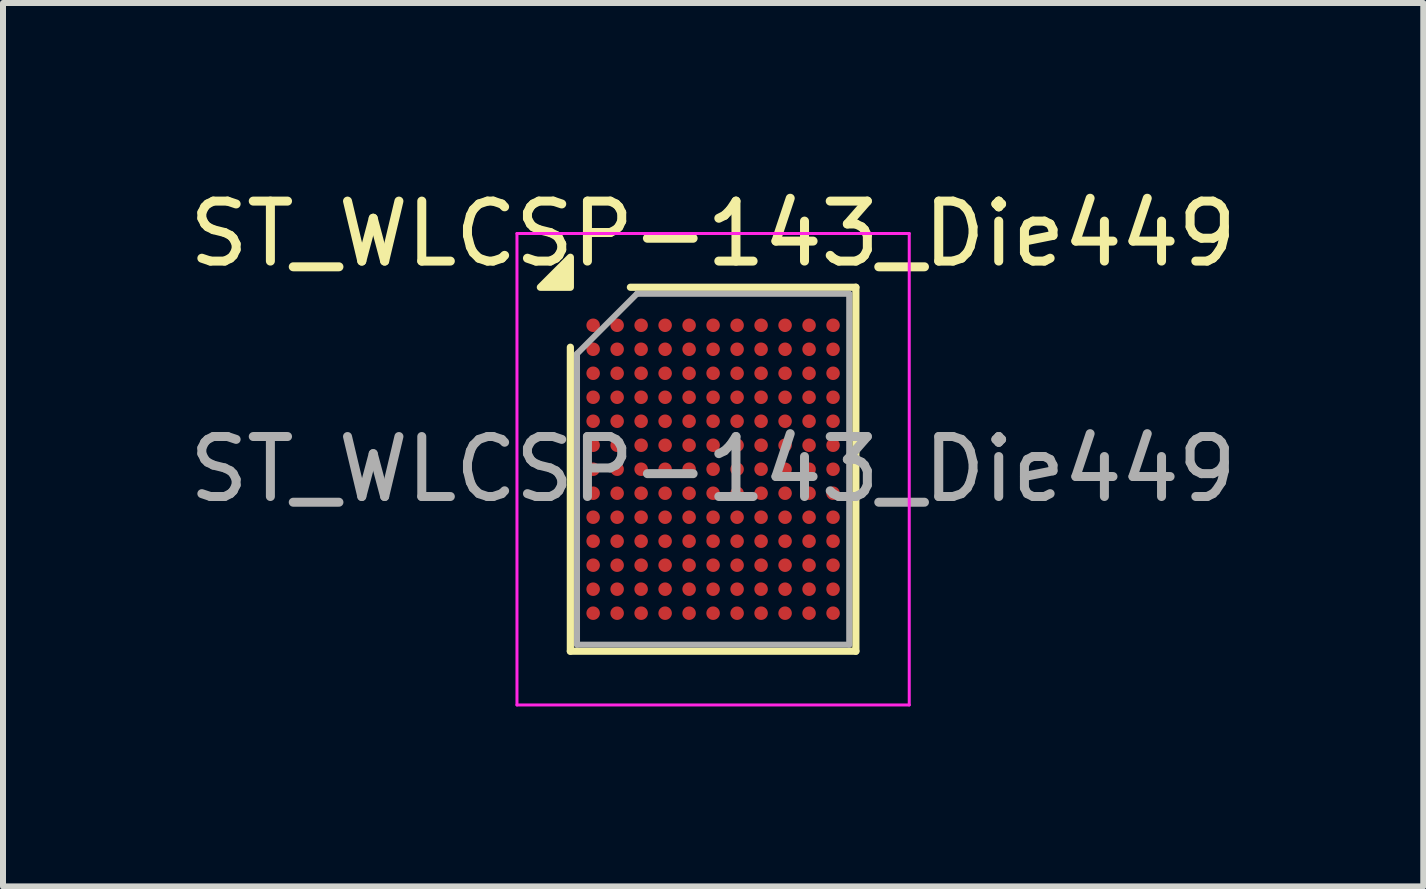
<source format=kicad_pcb>
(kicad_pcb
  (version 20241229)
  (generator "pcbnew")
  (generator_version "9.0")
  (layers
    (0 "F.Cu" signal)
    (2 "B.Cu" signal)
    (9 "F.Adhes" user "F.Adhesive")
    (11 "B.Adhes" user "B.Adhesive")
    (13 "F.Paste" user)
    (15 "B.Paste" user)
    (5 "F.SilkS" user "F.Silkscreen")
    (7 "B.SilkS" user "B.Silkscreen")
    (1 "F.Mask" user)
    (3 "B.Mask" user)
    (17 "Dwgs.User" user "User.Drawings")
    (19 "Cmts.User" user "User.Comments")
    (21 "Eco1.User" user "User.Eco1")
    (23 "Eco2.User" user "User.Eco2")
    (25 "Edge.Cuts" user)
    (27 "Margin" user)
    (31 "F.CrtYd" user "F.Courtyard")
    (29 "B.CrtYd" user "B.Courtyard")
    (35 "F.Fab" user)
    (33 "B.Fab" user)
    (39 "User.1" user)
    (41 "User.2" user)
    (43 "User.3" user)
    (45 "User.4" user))
  (footprint "ST_WLCSP-143_Die449"
    (layer "F.Cu")
    (at 8.839 4.773)
    (property "Reference" "ST_WLCSP-143_Die449" (at 0 -3.925 0) (layer "F.SilkS") (effects (font (size 1 1) (thickness 0.15))))
    (attr smd)
    (fp_line (start -2.38 3.034) (end -2.38 -2.034) (stroke (width 0.12) (type solid)) (layer "F.SilkS"))
    (fp_line (start -1.379 -3.034) (end 2.38 -3.034) (stroke (width 0.12) (type solid)) (layer "F.SilkS"))
    (fp_line (start 2.38 -3.034) (end 2.38 3.034) (stroke (width 0.12) (type solid)) (layer "F.SilkS"))
    (fp_line (start 2.38 3.034) (end -2.38 3.034) (stroke (width 0.12) (type solid)) (layer "F.SilkS"))
    (fp_poly (pts (xy -2.38 -3.034) (xy -2.88 -3.034) (xy -2.38 -3.534) (xy -2.38 -3.034)) (stroke (width 0.12) (type solid)) (fill yes) (layer "F.SilkS"))
    (fp_line (start -3.27 -3.93) (end -3.27 3.93) (stroke (width 0.05) (type solid)) (layer "F.CrtYd"))
    (fp_line (start -3.27 3.93) (end 3.27 3.93) (stroke (width 0.05) (type solid)) (layer "F.CrtYd"))
    (fp_line (start 3.27 -3.93) (end -3.27 -3.93) (stroke (width 0.05) (type solid)) (layer "F.CrtYd"))
    (fp_line (start 3.27 3.93) (end 3.27 -3.93) (stroke (width 0.05) (type solid)) (layer "F.CrtYd"))
    (fp_line (start -2.269 -1.925) (end -1.27 -2.925) (stroke (width 0.1) (type solid)) (layer "F.Fab"))
    (fp_line (start -2.269 2.925) (end -2.269 -1.925) (stroke (width 0.1) (type solid)) (layer "F.Fab"))
    (fp_line (start -1.27 -2.925) (end 2.269 -2.925) (stroke (width 0.1) (type solid)) (layer "F.Fab"))
    (fp_line (start 2.269 -2.925) (end 2.269 2.925) (stroke (width 0.1) (type solid)) (layer "F.Fab"))
    (fp_line (start 2.269 2.925) (end -2.269 2.925) (stroke (width 0.1) (type solid)) (layer "F.Fab"))
    (fp_text user "${REFERENCE}" (at 0 0 0) (layer "F.Fab") (effects (font (size 1 1) (thickness 0.15))))
    (pad "A1" smd circle (at -2 -2.4) (size 0.225 0.225) (property pad_prop_bga) (layers "F.Cu" "F.Mask" "F.Paste"))
    (pad "A2" smd circle (at -1.6 -2.4) (size 0.225 0.225) (property pad_prop_bga) (layers "F.Cu" "F.Mask" "F.Paste"))
    (pad "A3" smd circle (at -1.2 -2.4) (size 0.225 0.225) (property pad_prop_bga) (layers "F.Cu" "F.Mask" "F.Paste"))
    (pad "A4" smd circle (at -0.8 -2.4) (size 0.225 0.225) (property pad_prop_bga) (layers "F.Cu" "F.Mask" "F.Paste"))
    (pad "A5" smd circle (at -0.4 -2.4) (size 0.225 0.225) (property pad_prop_bga) (layers "F.Cu" "F.Mask" "F.Paste"))
    (pad "A6" smd circle (at 0 -2.4) (size 0.225 0.225) (property pad_prop_bga) (layers "F.Cu" "F.Mask" "F.Paste"))
    (pad "A7" smd circle (at 0.4 -2.4) (size 0.225 0.225) (property pad_prop_bga) (layers "F.Cu" "F.Mask" "F.Paste"))
    (pad "A8" smd circle (at 0.8 -2.4) (size 0.225 0.225) (property pad_prop_bga) (layers "F.Cu" "F.Mask" "F.Paste"))
    (pad "A9" smd circle (at 1.2 -2.4) (size 0.225 0.225) (property pad_prop_bga) (layers "F.Cu" "F.Mask" "F.Paste"))
    (pad "A10" smd circle (at 1.6 -2.4) (size 0.225 0.225) (property pad_prop_bga) (layers "F.Cu" "F.Mask" "F.Paste"))
    (pad "A11" smd circle (at 2 -2.4) (size 0.225 0.225) (property pad_prop_bga) (layers "F.Cu" "F.Mask" "F.Paste"))
    (pad "B1" smd circle (at -2 -2) (size 0.225 0.225) (property pad_prop_bga) (layers "F.Cu" "F.Mask" "F.Paste"))
    (pad "B2" smd circle (at -1.6 -2) (size 0.225 0.225) (property pad_prop_bga) (layers "F.Cu" "F.Mask" "F.Paste"))
    (pad "B3" smd circle (at -1.2 -2) (size 0.225 0.225) (property pad_prop_bga) (layers "F.Cu" "F.Mask" "F.Paste"))
    (pad "B4" smd circle (at -0.8 -2) (size 0.225 0.225) (property pad_prop_bga) (layers "F.Cu" "F.Mask" "F.Paste"))
    (pad "B5" smd circle (at -0.4 -2) (size 0.225 0.225) (property pad_prop_bga) (layers "F.Cu" "F.Mask" "F.Paste"))
    (pad "B6" smd circle (at 0 -2) (size 0.225 0.225) (property pad_prop_bga) (layers "F.Cu" "F.Mask" "F.Paste"))
    (pad "B7" smd circle (at 0.4 -2) (size 0.225 0.225) (property pad_prop_bga) (layers "F.Cu" "F.Mask" "F.Paste"))
    (pad "B8" smd circle (at 0.8 -2) (size 0.225 0.225) (property pad_prop_bga) (layers "F.Cu" "F.Mask" "F.Paste"))
    (pad "B9" smd circle (at 1.2 -2) (size 0.225 0.225) (property pad_prop_bga) (layers "F.Cu" "F.Mask" "F.Paste"))
    (pad "B10" smd circle (at 1.6 -2) (size 0.225 0.225) (property pad_prop_bga) (layers "F.Cu" "F.Mask" "F.Paste"))
    (pad "B11" smd circle (at 2 -2) (size 0.225 0.225) (property pad_prop_bga) (layers "F.Cu" "F.Mask" "F.Paste"))
    (pad "C1" smd circle (at -2 -1.6) (size 0.225 0.225) (property pad_prop_bga) (layers "F.Cu" "F.Mask" "F.Paste"))
    (pad "C2" smd circle (at -1.6 -1.6) (size 0.225 0.225) (property pad_prop_bga) (layers "F.Cu" "F.Mask" "F.Paste"))
    (pad "C3" smd circle (at -1.2 -1.6) (size 0.225 0.225) (property pad_prop_bga) (layers "F.Cu" "F.Mask" "F.Paste"))
    (pad "C4" smd circle (at -0.8 -1.6) (size 0.225 0.225) (property pad_prop_bga) (layers "F.Cu" "F.Mask" "F.Paste"))
    (pad "C5" smd circle (at -0.4 -1.6) (size 0.225 0.225) (property pad_prop_bga) (layers "F.Cu" "F.Mask" "F.Paste"))
    (pad "C6" smd circle (at 0 -1.6) (size 0.225 0.225) (property pad_prop_bga) (layers "F.Cu" "F.Mask" "F.Paste"))
    (pad "C7" smd circle (at 0.4 -1.6) (size 0.225 0.225) (property pad_prop_bga) (layers "F.Cu" "F.Mask" "F.Paste"))
    (pad "C8" smd circle (at 0.8 -1.6) (size 0.225 0.225) (property pad_prop_bga) (layers "F.Cu" "F.Mask" "F.Paste"))
    (pad "C9" smd circle (at 1.2 -1.6) (size 0.225 0.225) (property pad_prop_bga) (layers "F.Cu" "F.Mask" "F.Paste"))
    (pad "C10" smd circle (at 1.6 -1.6) (size 0.225 0.225) (property pad_prop_bga) (layers "F.Cu" "F.Mask" "F.Paste"))
    (pad "C11" smd circle (at 2 -1.6) (size 0.225 0.225) (property pad_prop_bga) (layers "F.Cu" "F.Mask" "F.Paste"))
    (pad "D1" smd circle (at -2 -1.2) (size 0.225 0.225) (property pad_prop_bga) (layers "F.Cu" "F.Mask" "F.Paste"))
    (pad "D2" smd circle (at -1.6 -1.2) (size 0.225 0.225) (property pad_prop_bga) (layers "F.Cu" "F.Mask" "F.Paste"))
    (pad "D3" smd circle (at -1.2 -1.2) (size 0.225 0.225) (property pad_prop_bga) (layers "F.Cu" "F.Mask" "F.Paste"))
    (pad "D4" smd circle (at -0.8 -1.2) (size 0.225 0.225) (property pad_prop_bga) (layers "F.Cu" "F.Mask" "F.Paste"))
    (pad "D5" smd circle (at -0.4 -1.2) (size 0.225 0.225) (property pad_prop_bga) (layers "F.Cu" "F.Mask" "F.Paste"))
    (pad "D6" smd circle (at 0 -1.2) (size 0.225 0.225) (property pad_prop_bga) (layers "F.Cu" "F.Mask" "F.Paste"))
    (pad "D7" smd circle (at 0.4 -1.2) (size 0.225 0.225) (property pad_prop_bga) (layers "F.Cu" "F.Mask" "F.Paste"))
    (pad "D8" smd circle (at 0.8 -1.2) (size 0.225 0.225) (property pad_prop_bga) (layers "F.Cu" "F.Mask" "F.Paste"))
    (pad "D9" smd circle (at 1.2 -1.2) (size 0.225 0.225) (property pad_prop_bga) (layers "F.Cu" "F.Mask" "F.Paste"))
    (pad "D10" smd circle (at 1.6 -1.2) (size 0.225 0.225) (property pad_prop_bga) (layers "F.Cu" "F.Mask" "F.Paste"))
    (pad "D11" smd circle (at 2 -1.2) (size 0.225 0.225) (property pad_prop_bga) (layers "F.Cu" "F.Mask" "F.Paste"))
    (pad "E1" smd circle (at -2 -0.8) (size 0.225 0.225) (property pad_prop_bga) (layers "F.Cu" "F.Mask" "F.Paste"))
    (pad "E2" smd circle (at -1.6 -0.8) (size 0.225 0.225) (property pad_prop_bga) (layers "F.Cu" "F.Mask" "F.Paste"))
    (pad "E3" smd circle (at -1.2 -0.8) (size 0.225 0.225) (property pad_prop_bga) (layers "F.Cu" "F.Mask" "F.Paste"))
    (pad "E4" smd circle (at -0.8 -0.8) (size 0.225 0.225) (property pad_prop_bga) (layers "F.Cu" "F.Mask" "F.Paste"))
    (pad "E5" smd circle (at -0.4 -0.8) (size 0.225 0.225) (property pad_prop_bga) (layers "F.Cu" "F.Mask" "F.Paste"))
    (pad "E6" smd circle (at 0 -0.8) (size 0.225 0.225) (property pad_prop_bga) (layers "F.Cu" "F.Mask" "F.Paste"))
    (pad "E7" smd circle (at 0.4 -0.8) (size 0.225 0.225) (property pad_prop_bga) (layers "F.Cu" "F.Mask" "F.Paste"))
    (pad "E8" smd circle (at 0.8 -0.8) (size 0.225 0.225) (property pad_prop_bga) (layers "F.Cu" "F.Mask" "F.Paste"))
    (pad "E9" smd circle (at 1.2 -0.8) (size 0.225 0.225) (property pad_prop_bga) (layers "F.Cu" "F.Mask" "F.Paste"))
    (pad "E10" smd circle (at 1.6 -0.8) (size 0.225 0.225) (property pad_prop_bga) (layers "F.Cu" "F.Mask" "F.Paste"))
    (pad "E11" smd circle (at 2 -0.8) (size 0.225 0.225) (property pad_prop_bga) (layers "F.Cu" "F.Mask" "F.Paste"))
    (pad "F1" smd circle (at -2 -0.4) (size 0.225 0.225) (property pad_prop_bga) (layers "F.Cu" "F.Mask" "F.Paste"))
    (pad "F2" smd circle (at -1.6 -0.4) (size 0.225 0.225) (property pad_prop_bga) (layers "F.Cu" "F.Mask" "F.Paste"))
    (pad "F3" smd circle (at -1.2 -0.4) (size 0.225 0.225) (property pad_prop_bga) (layers "F.Cu" "F.Mask" "F.Paste"))
    (pad "F4" smd circle (at -0.8 -0.4) (size 0.225 0.225) (property pad_prop_bga) (layers "F.Cu" "F.Mask" "F.Paste"))
    (pad "F5" smd circle (at -0.4 -0.4) (size 0.225 0.225) (property pad_prop_bga) (layers "F.Cu" "F.Mask" "F.Paste"))
    (pad "F6" smd circle (at 0 -0.4) (size 0.225 0.225) (property pad_prop_bga) (layers "F.Cu" "F.Mask" "F.Paste"))
    (pad "F7" smd circle (at 0.4 -0.4) (size 0.225 0.225) (property pad_prop_bga) (layers "F.Cu" "F.Mask" "F.Paste"))
    (pad "F8" smd circle (at 0.8 -0.4) (size 0.225 0.225) (property pad_prop_bga) (layers "F.Cu" "F.Mask" "F.Paste"))
    (pad "F9" smd circle (at 1.2 -0.4) (size 0.225 0.225) (property pad_prop_bga) (layers "F.Cu" "F.Mask" "F.Paste"))
    (pad "F10" smd circle (at 1.6 -0.4) (size 0.225 0.225) (property pad_prop_bga) (layers "F.Cu" "F.Mask" "F.Paste"))
    (pad "F11" smd circle (at 2 -0.4) (size 0.225 0.225) (property pad_prop_bga) (layers "F.Cu" "F.Mask" "F.Paste"))
    (pad "G1" smd circle (at -2 0) (size 0.225 0.225) (property pad_prop_bga) (layers "F.Cu" "F.Mask" "F.Paste"))
    (pad "G2" smd circle (at -1.6 0) (size 0.225 0.225) (property pad_prop_bga) (layers "F.Cu" "F.Mask" "F.Paste"))
    (pad "G3" smd circle (at -1.2 0) (size 0.225 0.225) (property pad_prop_bga) (layers "F.Cu" "F.Mask" "F.Paste"))
    (pad "G4" smd circle (at -0.8 0) (size 0.225 0.225) (property pad_prop_bga) (layers "F.Cu" "F.Mask" "F.Paste"))
    (pad "G5" smd circle (at -0.4 0) (size 0.225 0.225) (property pad_prop_bga) (layers "F.Cu" "F.Mask" "F.Paste"))
    (pad "G6" smd circle (at 0 0) (size 0.225 0.225) (property pad_prop_bga) (layers "F.Cu" "F.Mask" "F.Paste"))
    (pad "G7" smd circle (at 0.4 0) (size 0.225 0.225) (property pad_prop_bga) (layers "F.Cu" "F.Mask" "F.Paste"))
    (pad "G8" smd circle (at 0.8 0) (size 0.225 0.225) (property pad_prop_bga) (layers "F.Cu" "F.Mask" "F.Paste"))
    (pad "G9" smd circle (at 1.2 0) (size 0.225 0.225) (property pad_prop_bga) (layers "F.Cu" "F.Mask" "F.Paste"))
    (pad "G10" smd circle (at 1.6 0) (size 0.225 0.225) (property pad_prop_bga) (layers "F.Cu" "F.Mask" "F.Paste"))
    (pad "G11" smd circle (at 2 0) (size 0.225 0.225) (property pad_prop_bga) (layers "F.Cu" "F.Mask" "F.Paste"))
    (pad "H1" smd circle (at -2 0.4) (size 0.225 0.225) (property pad_prop_bga) (layers "F.Cu" "F.Mask" "F.Paste"))
    (pad "H2" smd circle (at -1.6 0.4) (size 0.225 0.225) (property pad_prop_bga) (layers "F.Cu" "F.Mask" "F.Paste"))
    (pad "H3" smd circle (at -1.2 0.4) (size 0.225 0.225) (property pad_prop_bga) (layers "F.Cu" "F.Mask" "F.Paste"))
    (pad "H4" smd circle (at -0.8 0.4) (size 0.225 0.225) (property pad_prop_bga) (layers "F.Cu" "F.Mask" "F.Paste"))
    (pad "H5" smd circle (at -0.4 0.4) (size 0.225 0.225) (property pad_prop_bga) (layers "F.Cu" "F.Mask" "F.Paste"))
    (pad "H6" smd circle (at 0 0.4) (size 0.225 0.225) (property pad_prop_bga) (layers "F.Cu" "F.Mask" "F.Paste"))
    (pad "H7" smd circle (at 0.4 0.4) (size 0.225 0.225) (property pad_prop_bga) (layers "F.Cu" "F.Mask" "F.Paste"))
    (pad "H8" smd circle (at 0.8 0.4) (size 0.225 0.225) (property pad_prop_bga) (layers "F.Cu" "F.Mask" "F.Paste"))
    (pad "H9" smd circle (at 1.2 0.4) (size 0.225 0.225) (property pad_prop_bga) (layers "F.Cu" "F.Mask" "F.Paste"))
    (pad "H10" smd circle (at 1.6 0.4) (size 0.225 0.225) (property pad_prop_bga) (layers "F.Cu" "F.Mask" "F.Paste"))
    (pad "H11" smd circle (at 2 0.4) (size 0.225 0.225) (property pad_prop_bga) (layers "F.Cu" "F.Mask" "F.Paste"))
    (pad "J1" smd circle (at -2 0.8) (size 0.225 0.225) (property pad_prop_bga) (layers "F.Cu" "F.Mask" "F.Paste"))
    (pad "J2" smd circle (at -1.6 0.8) (size 0.225 0.225) (property pad_prop_bga) (layers "F.Cu" "F.Mask" "F.Paste"))
    (pad "J3" smd circle (at -1.2 0.8) (size 0.225 0.225) (property pad_prop_bga) (layers "F.Cu" "F.Mask" "F.Paste"))
    (pad "J4" smd circle (at -0.8 0.8) (size 0.225 0.225) (property pad_prop_bga) (layers "F.Cu" "F.Mask" "F.Paste"))
    (pad "J5" smd circle (at -0.4 0.8) (size 0.225 0.225) (property pad_prop_bga) (layers "F.Cu" "F.Mask" "F.Paste"))
    (pad "J6" smd circle (at 0 0.8) (size 0.225 0.225) (property pad_prop_bga) (layers "F.Cu" "F.Mask" "F.Paste"))
    (pad "J7" smd circle (at 0.4 0.8) (size 0.225 0.225) (property pad_prop_bga) (layers "F.Cu" "F.Mask" "F.Paste"))
    (pad "J8" smd circle (at 0.8 0.8) (size 0.225 0.225) (property pad_prop_bga) (layers "F.Cu" "F.Mask" "F.Paste"))
    (pad "J9" smd circle (at 1.2 0.8) (size 0.225 0.225) (property pad_prop_bga) (layers "F.Cu" "F.Mask" "F.Paste"))
    (pad "J10" smd circle (at 1.6 0.8) (size 0.225 0.225) (property pad_prop_bga) (layers "F.Cu" "F.Mask" "F.Paste"))
    (pad "J11" smd circle (at 2 0.8) (size 0.225 0.225) (property pad_prop_bga) (layers "F.Cu" "F.Mask" "F.Paste"))
    (pad "K1" smd circle (at -2 1.2) (size 0.225 0.225) (property pad_prop_bga) (layers "F.Cu" "F.Mask" "F.Paste"))
    (pad "K2" smd circle (at -1.6 1.2) (size 0.225 0.225) (property pad_prop_bga) (layers "F.Cu" "F.Mask" "F.Paste"))
    (pad "K3" smd circle (at -1.2 1.2) (size 0.225 0.225) (property pad_prop_bga) (layers "F.Cu" "F.Mask" "F.Paste"))
    (pad "K4" smd circle (at -0.8 1.2) (size 0.225 0.225) (property pad_prop_bga) (layers "F.Cu" "F.Mask" "F.Paste"))
    (pad "K5" smd circle (at -0.4 1.2) (size 0.225 0.225) (property pad_prop_bga) (layers "F.Cu" "F.Mask" "F.Paste"))
    (pad "K6" smd circle (at 0 1.2) (size 0.225 0.225) (property pad_prop_bga) (layers "F.Cu" "F.Mask" "F.Paste"))
    (pad "K7" smd circle (at 0.4 1.2) (size 0.225 0.225) (property pad_prop_bga) (layers "F.Cu" "F.Mask" "F.Paste"))
    (pad "K8" smd circle (at 0.8 1.2) (size 0.225 0.225) (property pad_prop_bga) (layers "F.Cu" "F.Mask" "F.Paste"))
    (pad "K9" smd circle (at 1.2 1.2) (size 0.225 0.225) (property pad_prop_bga) (layers "F.Cu" "F.Mask" "F.Paste"))
    (pad "K10" smd circle (at 1.6 1.2) (size 0.225 0.225) (property pad_prop_bga) (layers "F.Cu" "F.Mask" "F.Paste"))
    (pad "K11" smd circle (at 2 1.2) (size 0.225 0.225) (property pad_prop_bga) (layers "F.Cu" "F.Mask" "F.Paste"))
    (pad "L1" smd circle (at -2 1.6) (size 0.225 0.225) (property pad_prop_bga) (layers "F.Cu" "F.Mask" "F.Paste"))
    (pad "L2" smd circle (at -1.6 1.6) (size 0.225 0.225) (property pad_prop_bga) (layers "F.Cu" "F.Mask" "F.Paste"))
    (pad "L3" smd circle (at -1.2 1.6) (size 0.225 0.225) (property pad_prop_bga) (layers "F.Cu" "F.Mask" "F.Paste"))
    (pad "L4" smd circle (at -0.8 1.6) (size 0.225 0.225) (property pad_prop_bga) (layers "F.Cu" "F.Mask" "F.Paste"))
    (pad "L5" smd circle (at -0.4 1.6) (size 0.225 0.225) (property pad_prop_bga) (layers "F.Cu" "F.Mask" "F.Paste"))
    (pad "L6" smd circle (at 0 1.6) (size 0.225 0.225) (property pad_prop_bga) (layers "F.Cu" "F.Mask" "F.Paste"))
    (pad "L7" smd circle (at 0.4 1.6) (size 0.225 0.225) (property pad_prop_bga) (layers "F.Cu" "F.Mask" "F.Paste"))
    (pad "L8" smd circle (at 0.8 1.6) (size 0.225 0.225) (property pad_prop_bga) (layers "F.Cu" "F.Mask" "F.Paste"))
    (pad "L9" smd circle (at 1.2 1.6) (size 0.225 0.225) (property pad_prop_bga) (layers "F.Cu" "F.Mask" "F.Paste"))
    (pad "L10" smd circle (at 1.6 1.6) (size 0.225 0.225) (property pad_prop_bga) (layers "F.Cu" "F.Mask" "F.Paste"))
    (pad "L11" smd circle (at 2 1.6) (size 0.225 0.225) (property pad_prop_bga) (layers "F.Cu" "F.Mask" "F.Paste"))
    (pad "M1" smd circle (at -2 2) (size 0.225 0.225) (property pad_prop_bga) (layers "F.Cu" "F.Mask" "F.Paste"))
    (pad "M2" smd circle (at -1.6 2) (size 0.225 0.225) (property pad_prop_bga) (layers "F.Cu" "F.Mask" "F.Paste"))
    (pad "M3" smd circle (at -1.2 2) (size 0.225 0.225) (property pad_prop_bga) (layers "F.Cu" "F.Mask" "F.Paste"))
    (pad "M4" smd circle (at -0.8 2) (size 0.225 0.225) (property pad_prop_bga) (layers "F.Cu" "F.Mask" "F.Paste"))
    (pad "M5" smd circle (at -0.4 2) (size 0.225 0.225) (property pad_prop_bga) (layers "F.Cu" "F.Mask" "F.Paste"))
    (pad "M6" smd circle (at 0 2) (size 0.225 0.225) (property pad_prop_bga) (layers "F.Cu" "F.Mask" "F.Paste"))
    (pad "M7" smd circle (at 0.4 2) (size 0.225 0.225) (property pad_prop_bga) (layers "F.Cu" "F.Mask" "F.Paste"))
    (pad "M8" smd circle (at 0.8 2) (size 0.225 0.225) (property pad_prop_bga) (layers "F.Cu" "F.Mask" "F.Paste"))
    (pad "M9" smd circle (at 1.2 2) (size 0.225 0.225) (property pad_prop_bga) (layers "F.Cu" "F.Mask" "F.Paste"))
    (pad "M10" smd circle (at 1.6 2) (size 0.225 0.225) (property pad_prop_bga) (layers "F.Cu" "F.Mask" "F.Paste"))
    (pad "M11" smd circle (at 2 2) (size 0.225 0.225) (property pad_prop_bga) (layers "F.Cu" "F.Mask" "F.Paste"))
    (pad "N1" smd circle (at -2 2.4) (size 0.225 0.225) (property pad_prop_bga) (layers "F.Cu" "F.Mask" "F.Paste"))
    (pad "N2" smd circle (at -1.6 2.4) (size 0.225 0.225) (property pad_prop_bga) (layers "F.Cu" "F.Mask" "F.Paste"))
    (pad "N3" smd circle (at -1.2 2.4) (size 0.225 0.225) (property pad_prop_bga) (layers "F.Cu" "F.Mask" "F.Paste"))
    (pad "N4" smd circle (at -0.8 2.4) (size 0.225 0.225) (property pad_prop_bga) (layers "F.Cu" "F.Mask" "F.Paste"))
    (pad "N5" smd circle (at -0.4 2.4) (size 0.225 0.225) (property pad_prop_bga) (layers "F.Cu" "F.Mask" "F.Paste"))
    (pad "N6" smd circle (at 0 2.4) (size 0.225 0.225) (property pad_prop_bga) (layers "F.Cu" "F.Mask" "F.Paste"))
    (pad "N7" smd circle (at 0.4 2.4) (size 0.225 0.225) (property pad_prop_bga) (layers "F.Cu" "F.Mask" "F.Paste"))
    (pad "N8" smd circle (at 0.8 2.4) (size 0.225 0.225) (property pad_prop_bga) (layers "F.Cu" "F.Mask" "F.Paste"))
    (pad "N9" smd circle (at 1.2 2.4) (size 0.225 0.225) (property pad_prop_bga) (layers "F.Cu" "F.Mask" "F.Paste"))
    (pad "N10" smd circle (at 1.6 2.4) (size 0.225 0.225) (property pad_prop_bga) (layers "F.Cu" "F.Mask" "F.Paste"))
    (pad "N11" smd circle (at 2 2.4) (size 0.225 0.225) (property pad_prop_bga) (layers "F.Cu" "F.Mask" "F.Paste")))
  (gr_rect
    (start -3 -3)
    (end 20.679 11.728)
    (stroke (width 0.1) (type default))
    (fill no)
    (layer "Edge.Cuts")))
</source>
